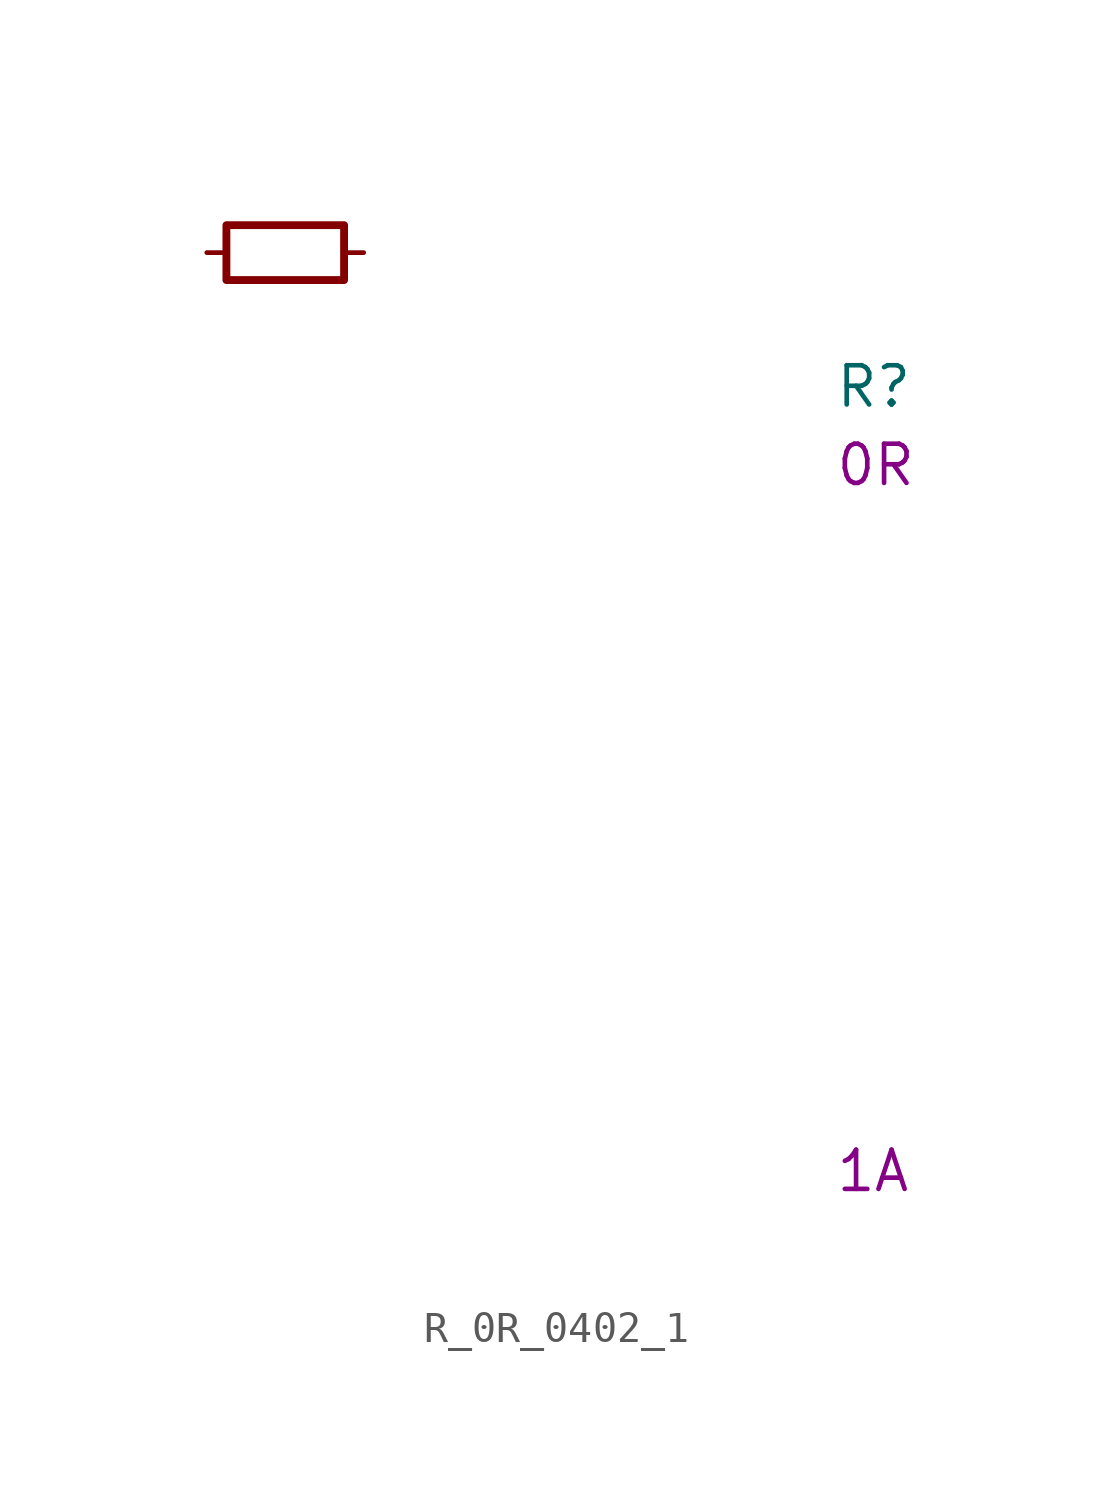
<source format=kicad_sym>
(kicad_symbol_lib
  (version 20231120)
  (generator "kicad_symbol_editor")
  (generator_version "8.0")
  (symbol "R_0R_0402_1"
    (pin_numbers hide)
    (pin_names hide)
    (property "Reference" "R"
      (at 20.32 -5.08 0)
      (effects (font (size 1.27 1.27) (thickness 0.15)) (justify left bottom)))
    (property "Val" "0R"
      (at 20.32 -7.62 0)
      (effects (font (size 1.27 1.27) (thickness 0.15)) (justify left bottom)))
    (property "Current" "1A"
      (at 20.32 -30.48 0)
      (effects (font (size 1.27 1.27) (thickness 0.15)) (justify left bottom)))
    (symbol "R_0R_0402_1_0_1"
      (rectangle (start 0.635 0.889) (end 4.445 -0.889) (stroke (width 0.254) (type default)) (fill (type none))))
    (symbol "R_0R_0402_1_1_1"
      (pin passive line (at 0 0 0) (length 0.635) (name "~" (effects (font (size 1.27 1.27)))) (number "1" (effects (font (size 1.27 1.27)))))
      (pin passive line (at 5.08 0 180) (length 0.635) (name "~" (effects (font (size 1.27 1.27)))) (number "2" (effects (font (size 1.27 1.27))))))))
</source>
